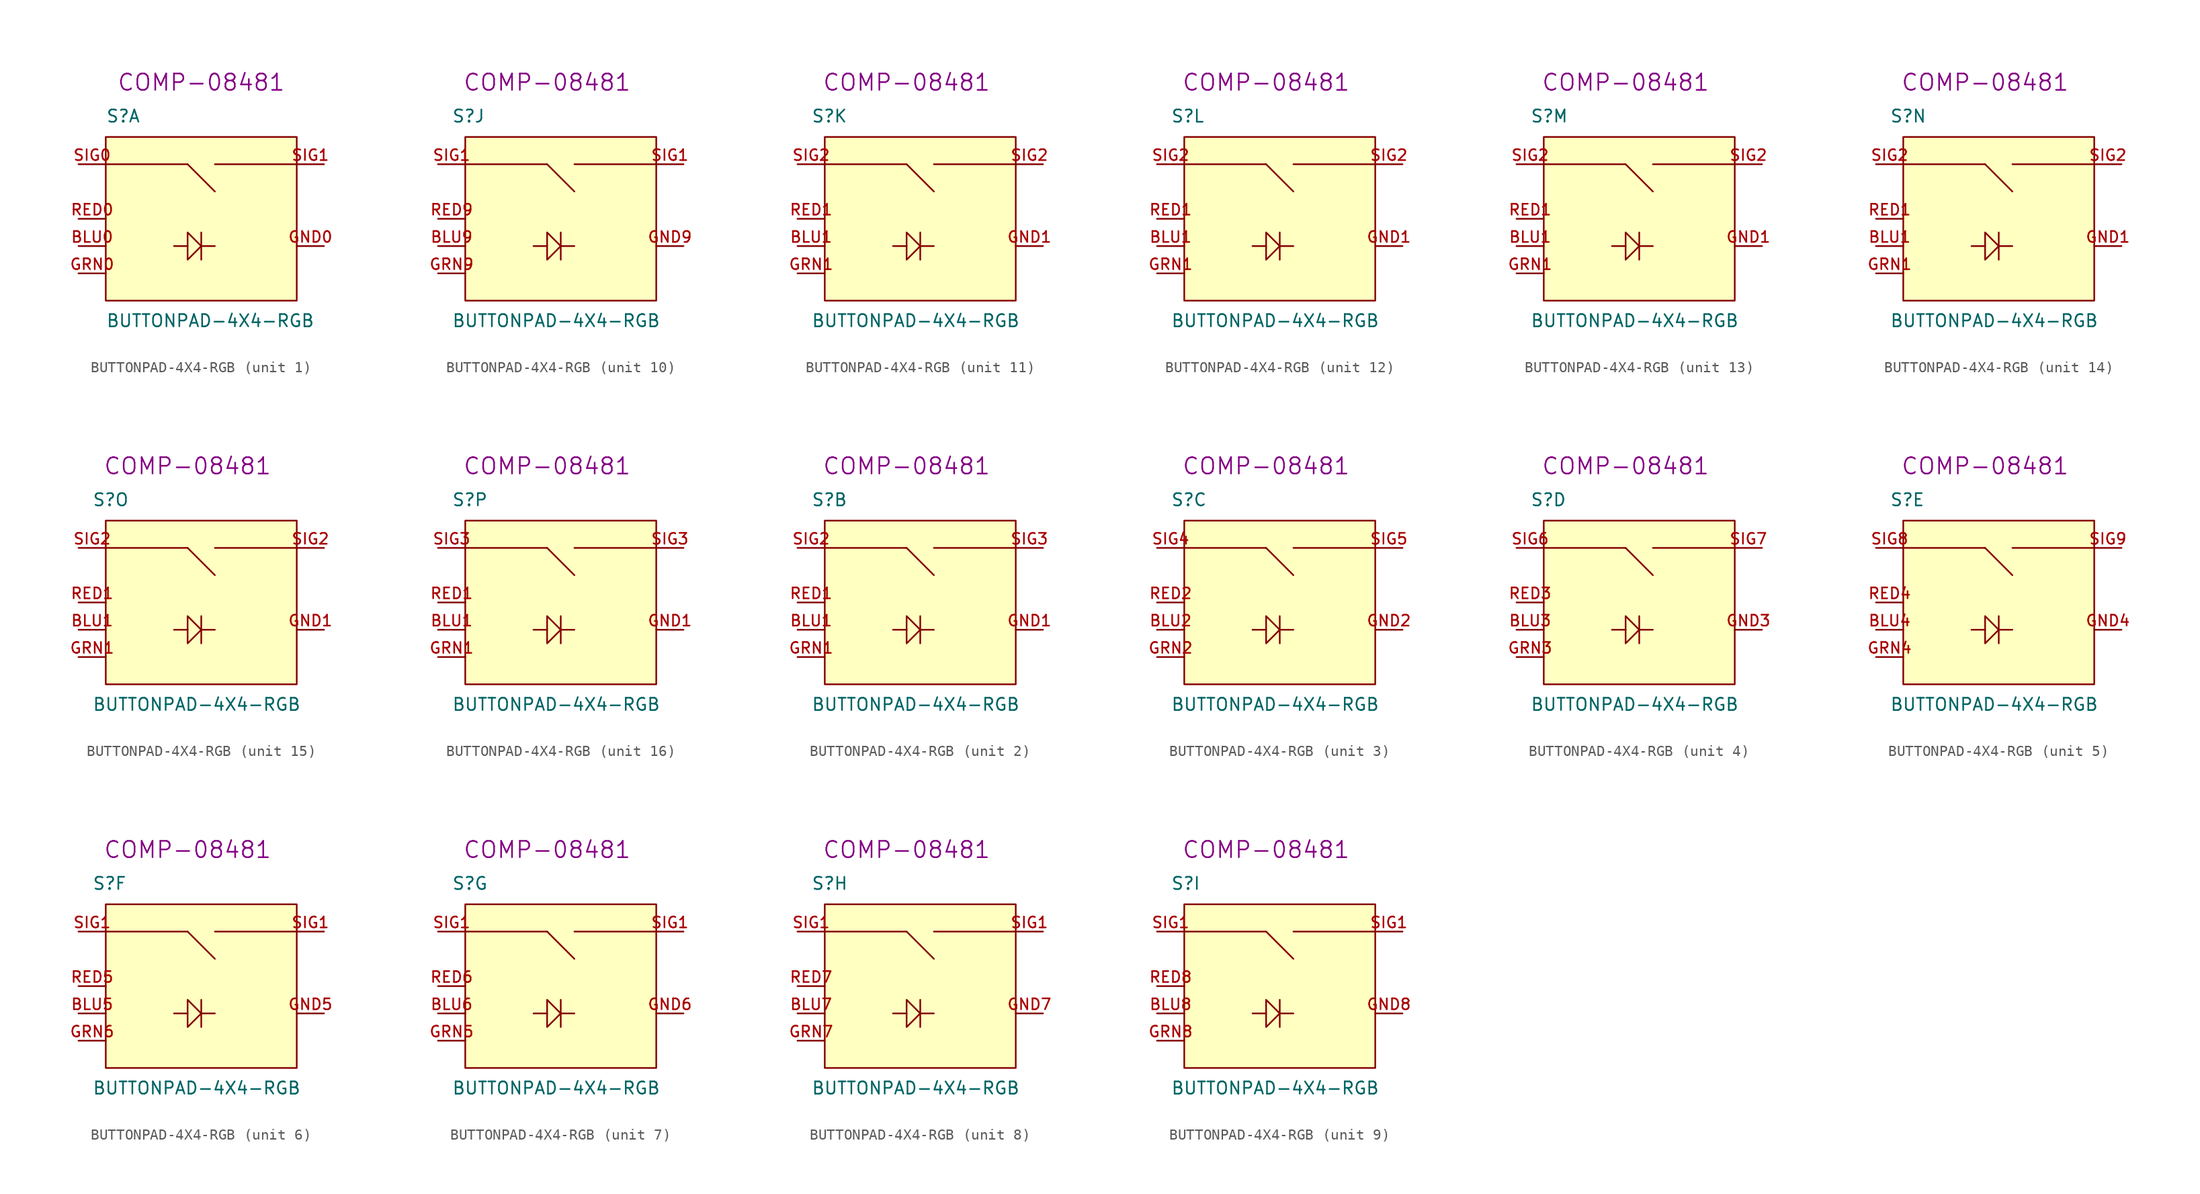
<source format=kicad_sym>
(kicad_symbol_lib
  (version 20211014)
  (generator kicad_symbol_editor)
  (symbol "BUTTONPAD-4X4-RGB"
    (pin_names
      (offset 1.016) hide)
    (property "Reference" "S"
      (at -8.89 8.89 0)
      (effects (font (size 1.143 1.143)) (justify left bottom)))
    (property "Value" "BUTTONPAD-4X4-RGB"
      (at -8.89 -10.16 0)
      (effects (font (size 1.143 1.143)) (justify left bottom)))
    (property "Field4" "COMP-08481"
      (at 0 12.7 0)
      (effects (font (size 1.524 1.524))))
    (property "ki_locked" ""
      (at 0 0 0)
      (effects (font (size 1.27 1.27))))
    (symbol "BUTTONPAD-4X4-RGB_1_0"
      (polyline (pts (xy -8.89 5.08) (xy -1.27 5.08)) (stroke (width 0) (type default) (color 0 0 0 0)) (fill (type none)))
      (polyline (pts (xy -1.27 -2.54) (xy -2.54 -2.54)) (stroke (width 0) (type default) (color 0 0 0 0)) (fill (type none)))
      (polyline (pts (xy -1.27 5.08) (xy 1.27 2.54)) (stroke (width 0) (type default) (color 0 0 0 0)) (fill (type none)))
      (polyline (pts (xy 0 -2.54) (xy 0 -3.81)) (stroke (width 0) (type default) (color 0 0 0 0)) (fill (type none)))
      (polyline (pts (xy 0 -2.54) (xy 1.27 -2.54)) (stroke (width 0) (type default) (color 0 0 0 0)) (fill (type none)))
      (polyline (pts (xy 0 -1.27) (xy 0 -2.54)) (stroke (width 0) (type default) (color 0 0 0 0)) (fill (type none)))
      (polyline (pts (xy 1.27 5.08) (xy 8.89 5.08)) (stroke (width 0) (type default) (color 0 0 0 0)) (fill (type none))))
    (symbol "BUTTONPAD-4X4-RGB_1_1"
      (polyline (pts (xy -1.27 -1.27) (xy -1.27 -2.54) (xy -1.27 -3.81) (xy 0 -2.54) (xy -1.27 -1.27)) (stroke (width 0) (type default) (color 0 0 0 0)) (fill (type background)))
      (polyline (pts (xy 8.89 7.62) (xy 8.89 5.08) (xy 8.89 -7.62) (xy -8.89 -7.62) (xy -8.89 5.08) (xy -8.89 7.62) (xy 8.89 7.62)) (stroke (width 0) (type default) (color 0 0 0 0)) (fill (type background)))
      (pin bidirectional line (at -11.43 -2.54 0) (length 2.54) (name "BLU" (effects (font (size 1.016 1.016)))) (number "BLU0" (effects (font (size 1.016 1.016)))))
      (pin bidirectional line (at 11.43 -2.54 180) (length 2.54) (name "GND" (effects (font (size 1.016 1.016)))) (number "GND0" (effects (font (size 1.016 1.016)))))
      (pin bidirectional line (at -11.43 -5.08 0) (length 2.54) (name "GRN" (effects (font (size 1.016 1.016)))) (number "GRN0" (effects (font (size 1.016 1.016)))))
      (pin bidirectional line (at -11.43 0 0) (length 2.54) (name "RED" (effects (font (size 1.016 1.016)))) (number "RED0" (effects (font (size 1.016 1.016)))))
      (pin bidirectional line (at -11.43 5.08 0) (length 2.54) (name "SIG1" (effects (font (size 1.016 1.016)))) (number "SIG0" (effects (font (size 1.016 1.016)))))
      (pin bidirectional line (at 11.43 5.08 180) (length 2.54) (name "SIG2" (effects (font (size 1.016 1.016)))) (number "SIG1" (effects (font (size 1.016 1.016))))))
    (symbol "BUTTONPAD-4X4-RGB_2_0"
      (polyline (pts (xy -7.62 5.08) (xy 0 5.08)) (stroke (width 0) (type default) (color 0 0 0 0)) (fill (type none)))
      (polyline (pts (xy 0 -2.54) (xy -1.27 -2.54)) (stroke (width 0) (type default) (color 0 0 0 0)) (fill (type none)))
      (polyline (pts (xy 0 5.08) (xy 2.54 2.54)) (stroke (width 0) (type default) (color 0 0 0 0)) (fill (type none)))
      (polyline (pts (xy 1.27 -2.54) (xy 1.27 -3.81)) (stroke (width 0) (type default) (color 0 0 0 0)) (fill (type none)))
      (polyline (pts (xy 1.27 -2.54) (xy 2.54 -2.54)) (stroke (width 0) (type default) (color 0 0 0 0)) (fill (type none)))
      (polyline (pts (xy 1.27 -1.27) (xy 1.27 -2.54)) (stroke (width 0) (type default) (color 0 0 0 0)) (fill (type none)))
      (polyline (pts (xy 2.54 5.08) (xy 10.16 5.08)) (stroke (width 0) (type default) (color 0 0 0 0)) (fill (type none))))
    (symbol "BUTTONPAD-4X4-RGB_2_1"
      (polyline (pts (xy 0 -1.27) (xy 0 -2.54) (xy 0 -3.81) (xy 1.27 -2.54) (xy 0 -1.27)) (stroke (width 0) (type default) (color 0 0 0 0)) (fill (type background)))
      (polyline (pts (xy 10.16 7.62) (xy 10.16 5.08) (xy 10.16 -7.62) (xy -7.62 -7.62) (xy -7.62 5.08) (xy -7.62 7.62) (xy 10.16 7.62)) (stroke (width 0) (type default) (color 0 0 0 0)) (fill (type background)))
      (pin bidirectional line (at -10.16 -2.54 0) (length 2.54) (name "BLU" (effects (font (size 1.016 1.016)))) (number "BLU1" (effects (font (size 1.016 1.016)))))
      (pin bidirectional line (at 12.7 -2.54 180) (length 2.54) (name "GND" (effects (font (size 1.016 1.016)))) (number "GND1" (effects (font (size 1.016 1.016)))))
      (pin bidirectional line (at -10.16 -5.08 0) (length 2.54) (name "GRN" (effects (font (size 1.016 1.016)))) (number "GRN1" (effects (font (size 1.016 1.016)))))
      (pin bidirectional line (at -10.16 0 0) (length 2.54) (name "RED" (effects (font (size 1.016 1.016)))) (number "RED1" (effects (font (size 1.016 1.016)))))
      (pin bidirectional line (at -10.16 5.08 0) (length 2.54) (name "SIG1" (effects (font (size 1.016 1.016)))) (number "SIG2" (effects (font (size 1.016 1.016)))))
      (pin bidirectional line (at 12.7 5.08 180) (length 2.54) (name "SIG2" (effects (font (size 1.016 1.016)))) (number "SIG3" (effects (font (size 1.016 1.016))))))
    (symbol "BUTTONPAD-4X4-RGB_3_0"
      (polyline (pts (xy -7.62 5.08) (xy 0 5.08)) (stroke (width 0) (type default) (color 0 0 0 0)) (fill (type none)))
      (polyline (pts (xy 0 -2.54) (xy -1.27 -2.54)) (stroke (width 0) (type default) (color 0 0 0 0)) (fill (type none)))
      (polyline (pts (xy 0 5.08) (xy 2.54 2.54)) (stroke (width 0) (type default) (color 0 0 0 0)) (fill (type none)))
      (polyline (pts (xy 1.27 -2.54) (xy 1.27 -3.81)) (stroke (width 0) (type default) (color 0 0 0 0)) (fill (type none)))
      (polyline (pts (xy 1.27 -2.54) (xy 2.54 -2.54)) (stroke (width 0) (type default) (color 0 0 0 0)) (fill (type none)))
      (polyline (pts (xy 1.27 -1.27) (xy 1.27 -2.54)) (stroke (width 0) (type default) (color 0 0 0 0)) (fill (type none)))
      (polyline (pts (xy 2.54 5.08) (xy 10.16 5.08)) (stroke (width 0) (type default) (color 0 0 0 0)) (fill (type none))))
    (symbol "BUTTONPAD-4X4-RGB_3_1"
      (polyline (pts (xy 0 -1.27) (xy 0 -2.54) (xy 0 -3.81) (xy 1.27 -2.54) (xy 0 -1.27)) (stroke (width 0) (type default) (color 0 0 0 0)) (fill (type background)))
      (polyline (pts (xy 10.16 7.62) (xy 10.16 5.08) (xy 10.16 -7.62) (xy -7.62 -7.62) (xy -7.62 5.08) (xy -7.62 7.62) (xy 10.16 7.62)) (stroke (width 0) (type default) (color 0 0 0 0)) (fill (type background)))
      (pin bidirectional line (at -10.16 -2.54 0) (length 2.54) (name "BLU" (effects (font (size 1.016 1.016)))) (number "BLU2" (effects (font (size 1.016 1.016)))))
      (pin bidirectional line (at 12.7 -2.54 180) (length 2.54) (name "GND" (effects (font (size 1.016 1.016)))) (number "GND2" (effects (font (size 1.016 1.016)))))
      (pin bidirectional line (at -10.16 -5.08 0) (length 2.54) (name "GRN" (effects (font (size 1.016 1.016)))) (number "GRN2" (effects (font (size 1.016 1.016)))))
      (pin bidirectional line (at -10.16 0 0) (length 2.54) (name "RED" (effects (font (size 1.016 1.016)))) (number "RED2" (effects (font (size 1.016 1.016)))))
      (pin bidirectional line (at -10.16 5.08 0) (length 2.54) (name "SIG1" (effects (font (size 1.016 1.016)))) (number "SIG4" (effects (font (size 1.016 1.016)))))
      (pin bidirectional line (at 12.7 5.08 180) (length 2.54) (name "SIG2" (effects (font (size 1.016 1.016)))) (number "SIG5" (effects (font (size 1.016 1.016))))))
    (symbol "BUTTONPAD-4X4-RGB_4_0"
      (polyline (pts (xy -7.62 5.08) (xy 0 5.08)) (stroke (width 0) (type default) (color 0 0 0 0)) (fill (type none)))
      (polyline (pts (xy 0 -2.54) (xy -1.27 -2.54)) (stroke (width 0) (type default) (color 0 0 0 0)) (fill (type none)))
      (polyline (pts (xy 0 5.08) (xy 2.54 2.54)) (stroke (width 0) (type default) (color 0 0 0 0)) (fill (type none)))
      (polyline (pts (xy 1.27 -2.54) (xy 1.27 -3.81)) (stroke (width 0) (type default) (color 0 0 0 0)) (fill (type none)))
      (polyline (pts (xy 1.27 -2.54) (xy 2.54 -2.54)) (stroke (width 0) (type default) (color 0 0 0 0)) (fill (type none)))
      (polyline (pts (xy 1.27 -1.27) (xy 1.27 -2.54)) (stroke (width 0) (type default) (color 0 0 0 0)) (fill (type none)))
      (polyline (pts (xy 2.54 5.08) (xy 10.16 5.08)) (stroke (width 0) (type default) (color 0 0 0 0)) (fill (type none))))
    (symbol "BUTTONPAD-4X4-RGB_4_1"
      (polyline (pts (xy 0 -1.27) (xy 0 -2.54) (xy 0 -3.81) (xy 1.27 -2.54) (xy 0 -1.27)) (stroke (width 0) (type default) (color 0 0 0 0)) (fill (type background)))
      (polyline (pts (xy 10.16 7.62) (xy 10.16 5.08) (xy 10.16 -7.62) (xy -7.62 -7.62) (xy -7.62 5.08) (xy -7.62 7.62) (xy 10.16 7.62)) (stroke (width 0) (type default) (color 0 0 0 0)) (fill (type background)))
      (pin bidirectional line (at -10.16 -2.54 0) (length 2.54) (name "BLU" (effects (font (size 1.016 1.016)))) (number "BLU3" (effects (font (size 1.016 1.016)))))
      (pin bidirectional line (at 12.7 -2.54 180) (length 2.54) (name "GND" (effects (font (size 1.016 1.016)))) (number "GND3" (effects (font (size 1.016 1.016)))))
      (pin bidirectional line (at -10.16 -5.08 0) (length 2.54) (name "GRN" (effects (font (size 1.016 1.016)))) (number "GRN3" (effects (font (size 1.016 1.016)))))
      (pin bidirectional line (at -10.16 0 0) (length 2.54) (name "RED" (effects (font (size 1.016 1.016)))) (number "RED3" (effects (font (size 1.016 1.016)))))
      (pin bidirectional line (at -10.16 5.08 0) (length 2.54) (name "SIG1" (effects (font (size 1.016 1.016)))) (number "SIG6" (effects (font (size 1.016 1.016)))))
      (pin bidirectional line (at 12.7 5.08 180) (length 2.54) (name "SIG2" (effects (font (size 1.016 1.016)))) (number "SIG7" (effects (font (size 1.016 1.016))))))
    (symbol "BUTTONPAD-4X4-RGB_5_0"
      (polyline (pts (xy -7.62 5.08) (xy 0 5.08)) (stroke (width 0) (type default) (color 0 0 0 0)) (fill (type none)))
      (polyline (pts (xy 0 -2.54) (xy -1.27 -2.54)) (stroke (width 0) (type default) (color 0 0 0 0)) (fill (type none)))
      (polyline (pts (xy 0 5.08) (xy 2.54 2.54)) (stroke (width 0) (type default) (color 0 0 0 0)) (fill (type none)))
      (polyline (pts (xy 1.27 -2.54) (xy 1.27 -3.81)) (stroke (width 0) (type default) (color 0 0 0 0)) (fill (type none)))
      (polyline (pts (xy 1.27 -2.54) (xy 2.54 -2.54)) (stroke (width 0) (type default) (color 0 0 0 0)) (fill (type none)))
      (polyline (pts (xy 1.27 -1.27) (xy 1.27 -2.54)) (stroke (width 0) (type default) (color 0 0 0 0)) (fill (type none)))
      (polyline (pts (xy 2.54 5.08) (xy 10.16 5.08)) (stroke (width 0) (type default) (color 0 0 0 0)) (fill (type none))))
    (symbol "BUTTONPAD-4X4-RGB_5_1"
      (polyline (pts (xy 0 -1.27) (xy 0 -2.54) (xy 0 -3.81) (xy 1.27 -2.54) (xy 0 -1.27)) (stroke (width 0) (type default) (color 0 0 0 0)) (fill (type background)))
      (polyline (pts (xy 10.16 7.62) (xy 10.16 5.08) (xy 10.16 -7.62) (xy -7.62 -7.62) (xy -7.62 5.08) (xy -7.62 7.62) (xy 10.16 7.62)) (stroke (width 0) (type default) (color 0 0 0 0)) (fill (type background)))
      (pin bidirectional line (at -10.16 -2.54 0) (length 2.54) (name "BLU" (effects (font (size 1.016 1.016)))) (number "BLU4" (effects (font (size 1.016 1.016)))))
      (pin bidirectional line (at 12.7 -2.54 180) (length 2.54) (name "GND" (effects (font (size 1.016 1.016)))) (number "GND4" (effects (font (size 1.016 1.016)))))
      (pin bidirectional line (at -10.16 -5.08 0) (length 2.54) (name "GRN" (effects (font (size 1.016 1.016)))) (number "GRN4" (effects (font (size 1.016 1.016)))))
      (pin bidirectional line (at -10.16 0 0) (length 2.54) (name "RED" (effects (font (size 1.016 1.016)))) (number "RED4" (effects (font (size 1.016 1.016)))))
      (pin bidirectional line (at -10.16 5.08 0) (length 2.54) (name "SIG1" (effects (font (size 1.016 1.016)))) (number "SIG8" (effects (font (size 1.016 1.016)))))
      (pin bidirectional line (at 12.7 5.08 180) (length 2.54) (name "SIG2" (effects (font (size 1.016 1.016)))) (number "SIG9" (effects (font (size 1.016 1.016))))))
    (symbol "BUTTONPAD-4X4-RGB_6_0"
      (polyline (pts (xy -7.62 5.08) (xy 0 5.08)) (stroke (width 0) (type default) (color 0 0 0 0)) (fill (type none)))
      (polyline (pts (xy 0 -2.54) (xy -1.27 -2.54)) (stroke (width 0) (type default) (color 0 0 0 0)) (fill (type none)))
      (polyline (pts (xy 0 5.08) (xy 2.54 2.54)) (stroke (width 0) (type default) (color 0 0 0 0)) (fill (type none)))
      (polyline (pts (xy 1.27 -2.54) (xy 1.27 -3.81)) (stroke (width 0) (type default) (color 0 0 0 0)) (fill (type none)))
      (polyline (pts (xy 1.27 -2.54) (xy 2.54 -2.54)) (stroke (width 0) (type default) (color 0 0 0 0)) (fill (type none)))
      (polyline (pts (xy 1.27 -1.27) (xy 1.27 -2.54)) (stroke (width 0) (type default) (color 0 0 0 0)) (fill (type none)))
      (polyline (pts (xy 2.54 5.08) (xy 10.16 5.08)) (stroke (width 0) (type default) (color 0 0 0 0)) (fill (type none))))
    (symbol "BUTTONPAD-4X4-RGB_6_1"
      (polyline (pts (xy 0 -1.27) (xy 0 -2.54) (xy 0 -3.81) (xy 1.27 -2.54) (xy 0 -1.27)) (stroke (width 0) (type default) (color 0 0 0 0)) (fill (type background)))
      (polyline (pts (xy 10.16 7.62) (xy 10.16 5.08) (xy 10.16 -7.62) (xy -7.62 -7.62) (xy -7.62 5.08) (xy -7.62 7.62) (xy 10.16 7.62)) (stroke (width 0) (type default) (color 0 0 0 0)) (fill (type background)))
      (pin bidirectional line (at -10.16 -2.54 0) (length 2.54) (name "BLU" (effects (font (size 1.016 1.016)))) (number "BLU5" (effects (font (size 1.016 1.016)))))
      (pin bidirectional line (at 12.7 -2.54 180) (length 2.54) (name "GND" (effects (font (size 1.016 1.016)))) (number "GND5" (effects (font (size 1.016 1.016)))))
      (pin bidirectional line (at -10.16 -5.08 0) (length 2.54) (name "GRN" (effects (font (size 1.016 1.016)))) (number "GRN6" (effects (font (size 1.016 1.016)))))
      (pin bidirectional line (at -10.16 0 0) (length 2.54) (name "RED" (effects (font (size 1.016 1.016)))) (number "RED5" (effects (font (size 1.016 1.016)))))
      (pin bidirectional line (at -10.16 5.08 0) (length 2.54) (name "SIG1" (effects (font (size 1.016 1.016)))) (number "SIG1" (effects (font (size 1.016 1.016)))))
      (pin bidirectional line (at 12.7 5.08 180) (length 2.54) (name "SIG2" (effects (font (size 1.016 1.016)))) (number "SIG1" (effects (font (size 1.016 1.016))))))
    (symbol "BUTTONPAD-4X4-RGB_7_0"
      (polyline (pts (xy -7.62 5.08) (xy 0 5.08)) (stroke (width 0) (type default) (color 0 0 0 0)) (fill (type none)))
      (polyline (pts (xy 0 -2.54) (xy -1.27 -2.54)) (stroke (width 0) (type default) (color 0 0 0 0)) (fill (type none)))
      (polyline (pts (xy 0 5.08) (xy 2.54 2.54)) (stroke (width 0) (type default) (color 0 0 0 0)) (fill (type none)))
      (polyline (pts (xy 1.27 -2.54) (xy 1.27 -3.81)) (stroke (width 0) (type default) (color 0 0 0 0)) (fill (type none)))
      (polyline (pts (xy 1.27 -2.54) (xy 2.54 -2.54)) (stroke (width 0) (type default) (color 0 0 0 0)) (fill (type none)))
      (polyline (pts (xy 1.27 -1.27) (xy 1.27 -2.54)) (stroke (width 0) (type default) (color 0 0 0 0)) (fill (type none)))
      (polyline (pts (xy 2.54 5.08) (xy 10.16 5.08)) (stroke (width 0) (type default) (color 0 0 0 0)) (fill (type none))))
    (symbol "BUTTONPAD-4X4-RGB_7_1"
      (polyline (pts (xy 0 -1.27) (xy 0 -2.54) (xy 0 -3.81) (xy 1.27 -2.54) (xy 0 -1.27)) (stroke (width 0) (type default) (color 0 0 0 0)) (fill (type background)))
      (polyline (pts (xy 10.16 7.62) (xy 10.16 5.08) (xy 10.16 -7.62) (xy -7.62 -7.62) (xy -7.62 5.08) (xy -7.62 7.62) (xy 10.16 7.62)) (stroke (width 0) (type default) (color 0 0 0 0)) (fill (type background)))
      (pin bidirectional line (at -10.16 -2.54 0) (length 2.54) (name "BLU" (effects (font (size 1.016 1.016)))) (number "BLU6" (effects (font (size 1.016 1.016)))))
      (pin bidirectional line (at 12.7 -2.54 180) (length 2.54) (name "GND" (effects (font (size 1.016 1.016)))) (number "GND6" (effects (font (size 1.016 1.016)))))
      (pin bidirectional line (at -10.16 -5.08 0) (length 2.54) (name "GRN" (effects (font (size 1.016 1.016)))) (number "GRN5" (effects (font (size 1.016 1.016)))))
      (pin bidirectional line (at -10.16 0 0) (length 2.54) (name "RED" (effects (font (size 1.016 1.016)))) (number "RED6" (effects (font (size 1.016 1.016)))))
      (pin bidirectional line (at -10.16 5.08 0) (length 2.54) (name "SIG1" (effects (font (size 1.016 1.016)))) (number "SIG1" (effects (font (size 1.016 1.016)))))
      (pin bidirectional line (at 12.7 5.08 180) (length 2.54) (name "SIG2" (effects (font (size 1.016 1.016)))) (number "SIG1" (effects (font (size 1.016 1.016))))))
    (symbol "BUTTONPAD-4X4-RGB_8_0"
      (polyline (pts (xy -7.62 5.08) (xy 0 5.08)) (stroke (width 0) (type default) (color 0 0 0 0)) (fill (type none)))
      (polyline (pts (xy 0 -2.54) (xy -1.27 -2.54)) (stroke (width 0) (type default) (color 0 0 0 0)) (fill (type none)))
      (polyline (pts (xy 0 5.08) (xy 2.54 2.54)) (stroke (width 0) (type default) (color 0 0 0 0)) (fill (type none)))
      (polyline (pts (xy 1.27 -2.54) (xy 1.27 -3.81)) (stroke (width 0) (type default) (color 0 0 0 0)) (fill (type none)))
      (polyline (pts (xy 1.27 -2.54) (xy 2.54 -2.54)) (stroke (width 0) (type default) (color 0 0 0 0)) (fill (type none)))
      (polyline (pts (xy 1.27 -1.27) (xy 1.27 -2.54)) (stroke (width 0) (type default) (color 0 0 0 0)) (fill (type none)))
      (polyline (pts (xy 2.54 5.08) (xy 10.16 5.08)) (stroke (width 0) (type default) (color 0 0 0 0)) (fill (type none))))
    (symbol "BUTTONPAD-4X4-RGB_8_1"
      (polyline (pts (xy 0 -1.27) (xy 0 -2.54) (xy 0 -3.81) (xy 1.27 -2.54) (xy 0 -1.27)) (stroke (width 0) (type default) (color 0 0 0 0)) (fill (type background)))
      (polyline (pts (xy 10.16 7.62) (xy 10.16 5.08) (xy 10.16 -7.62) (xy -7.62 -7.62) (xy -7.62 5.08) (xy -7.62 7.62) (xy 10.16 7.62)) (stroke (width 0) (type default) (color 0 0 0 0)) (fill (type background)))
      (pin bidirectional line (at -10.16 -2.54 0) (length 2.54) (name "BLU" (effects (font (size 1.016 1.016)))) (number "BLU7" (effects (font (size 1.016 1.016)))))
      (pin bidirectional line (at 12.7 -2.54 180) (length 2.54) (name "GND" (effects (font (size 1.016 1.016)))) (number "GND7" (effects (font (size 1.016 1.016)))))
      (pin bidirectional line (at -10.16 -5.08 0) (length 2.54) (name "GRN" (effects (font (size 1.016 1.016)))) (number "GRN7" (effects (font (size 1.016 1.016)))))
      (pin bidirectional line (at -10.16 0 0) (length 2.54) (name "RED" (effects (font (size 1.016 1.016)))) (number "RED7" (effects (font (size 1.016 1.016)))))
      (pin bidirectional line (at -10.16 5.08 0) (length 2.54) (name "SIG1" (effects (font (size 1.016 1.016)))) (number "SIG1" (effects (font (size 1.016 1.016)))))
      (pin bidirectional line (at 12.7 5.08 180) (length 2.54) (name "SIG2" (effects (font (size 1.016 1.016)))) (number "SIG1" (effects (font (size 1.016 1.016))))))
    (symbol "BUTTONPAD-4X4-RGB_9_0"
      (polyline (pts (xy -7.62 5.08) (xy 0 5.08)) (stroke (width 0) (type default) (color 0 0 0 0)) (fill (type none)))
      (polyline (pts (xy 0 -2.54) (xy -1.27 -2.54)) (stroke (width 0) (type default) (color 0 0 0 0)) (fill (type none)))
      (polyline (pts (xy 0 5.08) (xy 2.54 2.54)) (stroke (width 0) (type default) (color 0 0 0 0)) (fill (type none)))
      (polyline (pts (xy 1.27 -2.54) (xy 1.27 -3.81)) (stroke (width 0) (type default) (color 0 0 0 0)) (fill (type none)))
      (polyline (pts (xy 1.27 -2.54) (xy 2.54 -2.54)) (stroke (width 0) (type default) (color 0 0 0 0)) (fill (type none)))
      (polyline (pts (xy 1.27 -1.27) (xy 1.27 -2.54)) (stroke (width 0) (type default) (color 0 0 0 0)) (fill (type none)))
      (polyline (pts (xy 2.54 5.08) (xy 10.16 5.08)) (stroke (width 0) (type default) (color 0 0 0 0)) (fill (type none))))
    (symbol "BUTTONPAD-4X4-RGB_9_1"
      (polyline (pts (xy 0 -1.27) (xy 0 -2.54) (xy 0 -3.81) (xy 1.27 -2.54) (xy 0 -1.27)) (stroke (width 0) (type default) (color 0 0 0 0)) (fill (type background)))
      (polyline (pts (xy 10.16 7.62) (xy 10.16 5.08) (xy 10.16 -7.62) (xy -7.62 -7.62) (xy -7.62 5.08) (xy -7.62 7.62) (xy 10.16 7.62)) (stroke (width 0) (type default) (color 0 0 0 0)) (fill (type background)))
      (pin bidirectional line (at -10.16 -2.54 0) (length 2.54) (name "BLU" (effects (font (size 1.016 1.016)))) (number "BLU8" (effects (font (size 1.016 1.016)))))
      (pin bidirectional line (at 12.7 -2.54 180) (length 2.54) (name "GND" (effects (font (size 1.016 1.016)))) (number "GND8" (effects (font (size 1.016 1.016)))))
      (pin bidirectional line (at -10.16 -5.08 0) (length 2.54) (name "GRN" (effects (font (size 1.016 1.016)))) (number "GRN8" (effects (font (size 1.016 1.016)))))
      (pin bidirectional line (at -10.16 0 0) (length 2.54) (name "RED" (effects (font (size 1.016 1.016)))) (number "RED8" (effects (font (size 1.016 1.016)))))
      (pin bidirectional line (at -10.16 5.08 0) (length 2.54) (name "SIG1" (effects (font (size 1.016 1.016)))) (number "SIG1" (effects (font (size 1.016 1.016)))))
      (pin bidirectional line (at 12.7 5.08 180) (length 2.54) (name "SIG2" (effects (font (size 1.016 1.016)))) (number "SIG1" (effects (font (size 1.016 1.016))))))
    (symbol "BUTTONPAD-4X4-RGB_10_0"
      (polyline (pts (xy -7.62 5.08) (xy 0 5.08)) (stroke (width 0) (type default) (color 0 0 0 0)) (fill (type none)))
      (polyline (pts (xy 0 -2.54) (xy -1.27 -2.54)) (stroke (width 0) (type default) (color 0 0 0 0)) (fill (type none)))
      (polyline (pts (xy 0 5.08) (xy 2.54 2.54)) (stroke (width 0) (type default) (color 0 0 0 0)) (fill (type none)))
      (polyline (pts (xy 1.27 -2.54) (xy 1.27 -3.81)) (stroke (width 0) (type default) (color 0 0 0 0)) (fill (type none)))
      (polyline (pts (xy 1.27 -2.54) (xy 2.54 -2.54)) (stroke (width 0) (type default) (color 0 0 0 0)) (fill (type none)))
      (polyline (pts (xy 1.27 -1.27) (xy 1.27 -2.54)) (stroke (width 0) (type default) (color 0 0 0 0)) (fill (type none)))
      (polyline (pts (xy 2.54 5.08) (xy 10.16 5.08)) (stroke (width 0) (type default) (color 0 0 0 0)) (fill (type none))))
    (symbol "BUTTONPAD-4X4-RGB_10_1"
      (polyline (pts (xy 0 -1.27) (xy 0 -2.54) (xy 0 -3.81) (xy 1.27 -2.54) (xy 0 -1.27)) (stroke (width 0) (type default) (color 0 0 0 0)) (fill (type background)))
      (polyline (pts (xy 10.16 7.62) (xy 10.16 5.08) (xy 10.16 -7.62) (xy -7.62 -7.62) (xy -7.62 5.08) (xy -7.62 7.62) (xy 10.16 7.62)) (stroke (width 0) (type default) (color 0 0 0 0)) (fill (type background)))
      (pin bidirectional line (at -10.16 -2.54 0) (length 2.54) (name "BLU" (effects (font (size 1.016 1.016)))) (number "BLU9" (effects (font (size 1.016 1.016)))))
      (pin bidirectional line (at 12.7 -2.54 180) (length 2.54) (name "GND" (effects (font (size 1.016 1.016)))) (number "GND9" (effects (font (size 1.016 1.016)))))
      (pin bidirectional line (at -10.16 -5.08 0) (length 2.54) (name "GRN" (effects (font (size 1.016 1.016)))) (number "GRN9" (effects (font (size 1.016 1.016)))))
      (pin bidirectional line (at -10.16 0 0) (length 2.54) (name "RED" (effects (font (size 1.016 1.016)))) (number "RED9" (effects (font (size 1.016 1.016)))))
      (pin bidirectional line (at -10.16 5.08 0) (length 2.54) (name "SIG1" (effects (font (size 1.016 1.016)))) (number "SIG1" (effects (font (size 1.016 1.016)))))
      (pin bidirectional line (at 12.7 5.08 180) (length 2.54) (name "SIG2" (effects (font (size 1.016 1.016)))) (number "SIG1" (effects (font (size 1.016 1.016))))))
    (symbol "BUTTONPAD-4X4-RGB_11_0"
      (polyline (pts (xy -7.62 5.08) (xy 0 5.08)) (stroke (width 0) (type default) (color 0 0 0 0)) (fill (type none)))
      (polyline (pts (xy 0 -2.54) (xy -1.27 -2.54)) (stroke (width 0) (type default) (color 0 0 0 0)) (fill (type none)))
      (polyline (pts (xy 0 5.08) (xy 2.54 2.54)) (stroke (width 0) (type default) (color 0 0 0 0)) (fill (type none)))
      (polyline (pts (xy 1.27 -2.54) (xy 1.27 -3.81)) (stroke (width 0) (type default) (color 0 0 0 0)) (fill (type none)))
      (polyline (pts (xy 1.27 -2.54) (xy 2.54 -2.54)) (stroke (width 0) (type default) (color 0 0 0 0)) (fill (type none)))
      (polyline (pts (xy 1.27 -1.27) (xy 1.27 -2.54)) (stroke (width 0) (type default) (color 0 0 0 0)) (fill (type none)))
      (polyline (pts (xy 2.54 5.08) (xy 10.16 5.08)) (stroke (width 0) (type default) (color 0 0 0 0)) (fill (type none))))
    (symbol "BUTTONPAD-4X4-RGB_11_1"
      (polyline (pts (xy 0 -1.27) (xy 0 -2.54) (xy 0 -3.81) (xy 1.27 -2.54) (xy 0 -1.27)) (stroke (width 0) (type default) (color 0 0 0 0)) (fill (type background)))
      (polyline (pts (xy 10.16 7.62) (xy 10.16 5.08) (xy 10.16 -7.62) (xy -7.62 -7.62) (xy -7.62 5.08) (xy -7.62 7.62) (xy 10.16 7.62)) (stroke (width 0) (type default) (color 0 0 0 0)) (fill (type background)))
      (pin bidirectional line (at -10.16 -2.54 0) (length 2.54) (name "BLU" (effects (font (size 1.016 1.016)))) (number "BLU1" (effects (font (size 1.016 1.016)))))
      (pin bidirectional line (at 12.7 -2.54 180) (length 2.54) (name "GND" (effects (font (size 1.016 1.016)))) (number "GND1" (effects (font (size 1.016 1.016)))))
      (pin bidirectional line (at -10.16 -5.08 0) (length 2.54) (name "GRN" (effects (font (size 1.016 1.016)))) (number "GRN1" (effects (font (size 1.016 1.016)))))
      (pin bidirectional line (at -10.16 0 0) (length 2.54) (name "RED" (effects (font (size 1.016 1.016)))) (number "RED1" (effects (font (size 1.016 1.016)))))
      (pin bidirectional line (at -10.16 5.08 0) (length 2.54) (name "SIG1" (effects (font (size 1.016 1.016)))) (number "SIG2" (effects (font (size 1.016 1.016)))))
      (pin bidirectional line (at 12.7 5.08 180) (length 2.54) (name "SIG2" (effects (font (size 1.016 1.016)))) (number "SIG2" (effects (font (size 1.016 1.016))))))
    (symbol "BUTTONPAD-4X4-RGB_12_0"
      (polyline (pts (xy -7.62 5.08) (xy 0 5.08)) (stroke (width 0) (type default) (color 0 0 0 0)) (fill (type none)))
      (polyline (pts (xy 0 -2.54) (xy -1.27 -2.54)) (stroke (width 0) (type default) (color 0 0 0 0)) (fill (type none)))
      (polyline (pts (xy 0 5.08) (xy 2.54 2.54)) (stroke (width 0) (type default) (color 0 0 0 0)) (fill (type none)))
      (polyline (pts (xy 1.27 -2.54) (xy 1.27 -3.81)) (stroke (width 0) (type default) (color 0 0 0 0)) (fill (type none)))
      (polyline (pts (xy 1.27 -2.54) (xy 2.54 -2.54)) (stroke (width 0) (type default) (color 0 0 0 0)) (fill (type none)))
      (polyline (pts (xy 1.27 -1.27) (xy 1.27 -2.54)) (stroke (width 0) (type default) (color 0 0 0 0)) (fill (type none)))
      (polyline (pts (xy 2.54 5.08) (xy 10.16 5.08)) (stroke (width 0) (type default) (color 0 0 0 0)) (fill (type none))))
    (symbol "BUTTONPAD-4X4-RGB_12_1"
      (polyline (pts (xy 0 -1.27) (xy 0 -2.54) (xy 0 -3.81) (xy 1.27 -2.54) (xy 0 -1.27)) (stroke (width 0) (type default) (color 0 0 0 0)) (fill (type background)))
      (polyline (pts (xy 10.16 7.62) (xy 10.16 5.08) (xy 10.16 -7.62) (xy -7.62 -7.62) (xy -7.62 5.08) (xy -7.62 7.62) (xy 10.16 7.62)) (stroke (width 0) (type default) (color 0 0 0 0)) (fill (type background)))
      (pin bidirectional line (at -10.16 -2.54 0) (length 2.54) (name "BLU" (effects (font (size 1.016 1.016)))) (number "BLU1" (effects (font (size 1.016 1.016)))))
      (pin bidirectional line (at 12.7 -2.54 180) (length 2.54) (name "GND" (effects (font (size 1.016 1.016)))) (number "GND1" (effects (font (size 1.016 1.016)))))
      (pin bidirectional line (at -10.16 -5.08 0) (length 2.54) (name "GRN" (effects (font (size 1.016 1.016)))) (number "GRN1" (effects (font (size 1.016 1.016)))))
      (pin bidirectional line (at -10.16 0 0) (length 2.54) (name "RED" (effects (font (size 1.016 1.016)))) (number "RED1" (effects (font (size 1.016 1.016)))))
      (pin bidirectional line (at -10.16 5.08 0) (length 2.54) (name "SIG1" (effects (font (size 1.016 1.016)))) (number "SIG2" (effects (font (size 1.016 1.016)))))
      (pin bidirectional line (at 12.7 5.08 180) (length 2.54) (name "SIG2" (effects (font (size 1.016 1.016)))) (number "SIG2" (effects (font (size 1.016 1.016))))))
    (symbol "BUTTONPAD-4X4-RGB_13_0"
      (polyline (pts (xy -7.62 5.08) (xy 0 5.08)) (stroke (width 0) (type default) (color 0 0 0 0)) (fill (type none)))
      (polyline (pts (xy 0 -2.54) (xy -1.27 -2.54)) (stroke (width 0) (type default) (color 0 0 0 0)) (fill (type none)))
      (polyline (pts (xy 0 5.08) (xy 2.54 2.54)) (stroke (width 0) (type default) (color 0 0 0 0)) (fill (type none)))
      (polyline (pts (xy 1.27 -2.54) (xy 1.27 -3.81)) (stroke (width 0) (type default) (color 0 0 0 0)) (fill (type none)))
      (polyline (pts (xy 1.27 -2.54) (xy 2.54 -2.54)) (stroke (width 0) (type default) (color 0 0 0 0)) (fill (type none)))
      (polyline (pts (xy 1.27 -1.27) (xy 1.27 -2.54)) (stroke (width 0) (type default) (color 0 0 0 0)) (fill (type none)))
      (polyline (pts (xy 2.54 5.08) (xy 10.16 5.08)) (stroke (width 0) (type default) (color 0 0 0 0)) (fill (type none))))
    (symbol "BUTTONPAD-4X4-RGB_13_1"
      (polyline (pts (xy 0 -1.27) (xy 0 -2.54) (xy 0 -3.81) (xy 1.27 -2.54) (xy 0 -1.27)) (stroke (width 0) (type default) (color 0 0 0 0)) (fill (type background)))
      (polyline (pts (xy 10.16 7.62) (xy 10.16 5.08) (xy 10.16 -7.62) (xy -7.62 -7.62) (xy -7.62 5.08) (xy -7.62 7.62) (xy 10.16 7.62)) (stroke (width 0) (type default) (color 0 0 0 0)) (fill (type background)))
      (pin bidirectional line (at -10.16 -2.54 0) (length 2.54) (name "BLU" (effects (font (size 1.016 1.016)))) (number "BLU1" (effects (font (size 1.016 1.016)))))
      (pin bidirectional line (at 12.7 -2.54 180) (length 2.54) (name "GND" (effects (font (size 1.016 1.016)))) (number "GND1" (effects (font (size 1.016 1.016)))))
      (pin bidirectional line (at -10.16 -5.08 0) (length 2.54) (name "GRN" (effects (font (size 1.016 1.016)))) (number "GRN1" (effects (font (size 1.016 1.016)))))
      (pin bidirectional line (at -10.16 0 0) (length 2.54) (name "RED" (effects (font (size 1.016 1.016)))) (number "RED1" (effects (font (size 1.016 1.016)))))
      (pin bidirectional line (at -10.16 5.08 0) (length 2.54) (name "SIG1" (effects (font (size 1.016 1.016)))) (number "SIG2" (effects (font (size 1.016 1.016)))))
      (pin bidirectional line (at 12.7 5.08 180) (length 2.54) (name "SIG2" (effects (font (size 1.016 1.016)))) (number "SIG2" (effects (font (size 1.016 1.016))))))
    (symbol "BUTTONPAD-4X4-RGB_14_0"
      (polyline (pts (xy -7.62 5.08) (xy 0 5.08)) (stroke (width 0) (type default) (color 0 0 0 0)) (fill (type none)))
      (polyline (pts (xy 0 -2.54) (xy -1.27 -2.54)) (stroke (width 0) (type default) (color 0 0 0 0)) (fill (type none)))
      (polyline (pts (xy 0 5.08) (xy 2.54 2.54)) (stroke (width 0) (type default) (color 0 0 0 0)) (fill (type none)))
      (polyline (pts (xy 1.27 -2.54) (xy 1.27 -3.81)) (stroke (width 0) (type default) (color 0 0 0 0)) (fill (type none)))
      (polyline (pts (xy 1.27 -2.54) (xy 2.54 -2.54)) (stroke (width 0) (type default) (color 0 0 0 0)) (fill (type none)))
      (polyline (pts (xy 1.27 -1.27) (xy 1.27 -2.54)) (stroke (width 0) (type default) (color 0 0 0 0)) (fill (type none)))
      (polyline (pts (xy 2.54 5.08) (xy 10.16 5.08)) (stroke (width 0) (type default) (color 0 0 0 0)) (fill (type none))))
    (symbol "BUTTONPAD-4X4-RGB_14_1"
      (polyline (pts (xy 0 -1.27) (xy 0 -2.54) (xy 0 -3.81) (xy 1.27 -2.54) (xy 0 -1.27)) (stroke (width 0) (type default) (color 0 0 0 0)) (fill (type background)))
      (polyline (pts (xy 10.16 7.62) (xy 10.16 5.08) (xy 10.16 -7.62) (xy -7.62 -7.62) (xy -7.62 5.08) (xy -7.62 7.62) (xy 10.16 7.62)) (stroke (width 0) (type default) (color 0 0 0 0)) (fill (type background)))
      (pin bidirectional line (at -10.16 -2.54 0) (length 2.54) (name "BLU" (effects (font (size 1.016 1.016)))) (number "BLU1" (effects (font (size 1.016 1.016)))))
      (pin bidirectional line (at 12.7 -2.54 180) (length 2.54) (name "GND" (effects (font (size 1.016 1.016)))) (number "GND1" (effects (font (size 1.016 1.016)))))
      (pin bidirectional line (at -10.16 -5.08 0) (length 2.54) (name "GRN" (effects (font (size 1.016 1.016)))) (number "GRN1" (effects (font (size 1.016 1.016)))))
      (pin bidirectional line (at -10.16 0 0) (length 2.54) (name "RED" (effects (font (size 1.016 1.016)))) (number "RED1" (effects (font (size 1.016 1.016)))))
      (pin bidirectional line (at -10.16 5.08 0) (length 2.54) (name "SIG1" (effects (font (size 1.016 1.016)))) (number "SIG2" (effects (font (size 1.016 1.016)))))
      (pin bidirectional line (at 12.7 5.08 180) (length 2.54) (name "SIG2" (effects (font (size 1.016 1.016)))) (number "SIG2" (effects (font (size 1.016 1.016))))))
    (symbol "BUTTONPAD-4X4-RGB_15_0"
      (polyline (pts (xy -7.62 5.08) (xy 0 5.08)) (stroke (width 0) (type default) (color 0 0 0 0)) (fill (type none)))
      (polyline (pts (xy 0 -2.54) (xy -1.27 -2.54)) (stroke (width 0) (type default) (color 0 0 0 0)) (fill (type none)))
      (polyline (pts (xy 0 5.08) (xy 2.54 2.54)) (stroke (width 0) (type default) (color 0 0 0 0)) (fill (type none)))
      (polyline (pts (xy 1.27 -2.54) (xy 1.27 -3.81)) (stroke (width 0) (type default) (color 0 0 0 0)) (fill (type none)))
      (polyline (pts (xy 1.27 -2.54) (xy 2.54 -2.54)) (stroke (width 0) (type default) (color 0 0 0 0)) (fill (type none)))
      (polyline (pts (xy 1.27 -1.27) (xy 1.27 -2.54)) (stroke (width 0) (type default) (color 0 0 0 0)) (fill (type none)))
      (polyline (pts (xy 2.54 5.08) (xy 10.16 5.08)) (stroke (width 0) (type default) (color 0 0 0 0)) (fill (type none))))
    (symbol "BUTTONPAD-4X4-RGB_15_1"
      (polyline (pts (xy 0 -1.27) (xy 0 -2.54) (xy 0 -3.81) (xy 1.27 -2.54) (xy 0 -1.27)) (stroke (width 0) (type default) (color 0 0 0 0)) (fill (type background)))
      (polyline (pts (xy 10.16 7.62) (xy 10.16 5.08) (xy 10.16 -7.62) (xy -7.62 -7.62) (xy -7.62 5.08) (xy -7.62 7.62) (xy 10.16 7.62)) (stroke (width 0) (type default) (color 0 0 0 0)) (fill (type background)))
      (pin bidirectional line (at -10.16 -2.54 0) (length 2.54) (name "BLU" (effects (font (size 1.016 1.016)))) (number "BLU1" (effects (font (size 1.016 1.016)))))
      (pin bidirectional line (at 12.7 -2.54 180) (length 2.54) (name "GND" (effects (font (size 1.016 1.016)))) (number "GND1" (effects (font (size 1.016 1.016)))))
      (pin bidirectional line (at -10.16 -5.08 0) (length 2.54) (name "GRN" (effects (font (size 1.016 1.016)))) (number "GRN1" (effects (font (size 1.016 1.016)))))
      (pin bidirectional line (at -10.16 0 0) (length 2.54) (name "RED" (effects (font (size 1.016 1.016)))) (number "RED1" (effects (font (size 1.016 1.016)))))
      (pin bidirectional line (at -10.16 5.08 0) (length 2.54) (name "SIG1" (effects (font (size 1.016 1.016)))) (number "SIG2" (effects (font (size 1.016 1.016)))))
      (pin bidirectional line (at 12.7 5.08 180) (length 2.54) (name "SIG2" (effects (font (size 1.016 1.016)))) (number "SIG2" (effects (font (size 1.016 1.016))))))
    (symbol "BUTTONPAD-4X4-RGB_16_0"
      (polyline (pts (xy -7.62 5.08) (xy 0 5.08)) (stroke (width 0) (type default) (color 0 0 0 0)) (fill (type none)))
      (polyline (pts (xy 0 -2.54) (xy -1.27 -2.54)) (stroke (width 0) (type default) (color 0 0 0 0)) (fill (type none)))
      (polyline (pts (xy 0 5.08) (xy 2.54 2.54)) (stroke (width 0) (type default) (color 0 0 0 0)) (fill (type none)))
      (polyline (pts (xy 1.27 -2.54) (xy 1.27 -3.81)) (stroke (width 0) (type default) (color 0 0 0 0)) (fill (type none)))
      (polyline (pts (xy 1.27 -2.54) (xy 2.54 -2.54)) (stroke (width 0) (type default) (color 0 0 0 0)) (fill (type none)))
      (polyline (pts (xy 1.27 -1.27) (xy 1.27 -2.54)) (stroke (width 0) (type default) (color 0 0 0 0)) (fill (type none)))
      (polyline (pts (xy 2.54 5.08) (xy 10.16 5.08)) (stroke (width 0) (type default) (color 0 0 0 0)) (fill (type none))))
    (symbol "BUTTONPAD-4X4-RGB_16_1"
      (polyline (pts (xy 0 -1.27) (xy 0 -2.54) (xy 0 -3.81) (xy 1.27 -2.54) (xy 0 -1.27)) (stroke (width 0) (type default) (color 0 0 0 0)) (fill (type background)))
      (polyline (pts (xy 10.16 7.62) (xy 10.16 5.08) (xy 10.16 -7.62) (xy -7.62 -7.62) (xy -7.62 5.08) (xy -7.62 7.62) (xy 10.16 7.62)) (stroke (width 0) (type default) (color 0 0 0 0)) (fill (type background)))
      (pin bidirectional line (at -10.16 -2.54 0) (length 2.54) (name "BLU" (effects (font (size 1.016 1.016)))) (number "BLU1" (effects (font (size 1.016 1.016)))))
      (pin bidirectional line (at 12.7 -2.54 180) (length 2.54) (name "GND" (effects (font (size 1.016 1.016)))) (number "GND1" (effects (font (size 1.016 1.016)))))
      (pin bidirectional line (at -10.16 -5.08 0) (length 2.54) (name "GRN" (effects (font (size 1.016 1.016)))) (number "GRN1" (effects (font (size 1.016 1.016)))))
      (pin bidirectional line (at -10.16 0 0) (length 2.54) (name "RED" (effects (font (size 1.016 1.016)))) (number "RED1" (effects (font (size 1.016 1.016)))))
      (pin bidirectional line (at -10.16 5.08 0) (length 2.54) (name "SIG1" (effects (font (size 1.016 1.016)))) (number "SIG3" (effects (font (size 1.016 1.016)))))
      (pin bidirectional line (at 12.7 5.08 180) (length 2.54) (name "SIG2" (effects (font (size 1.016 1.016)))) (number "SIG3" (effects (font (size 1.016 1.016))))))))
</source>
